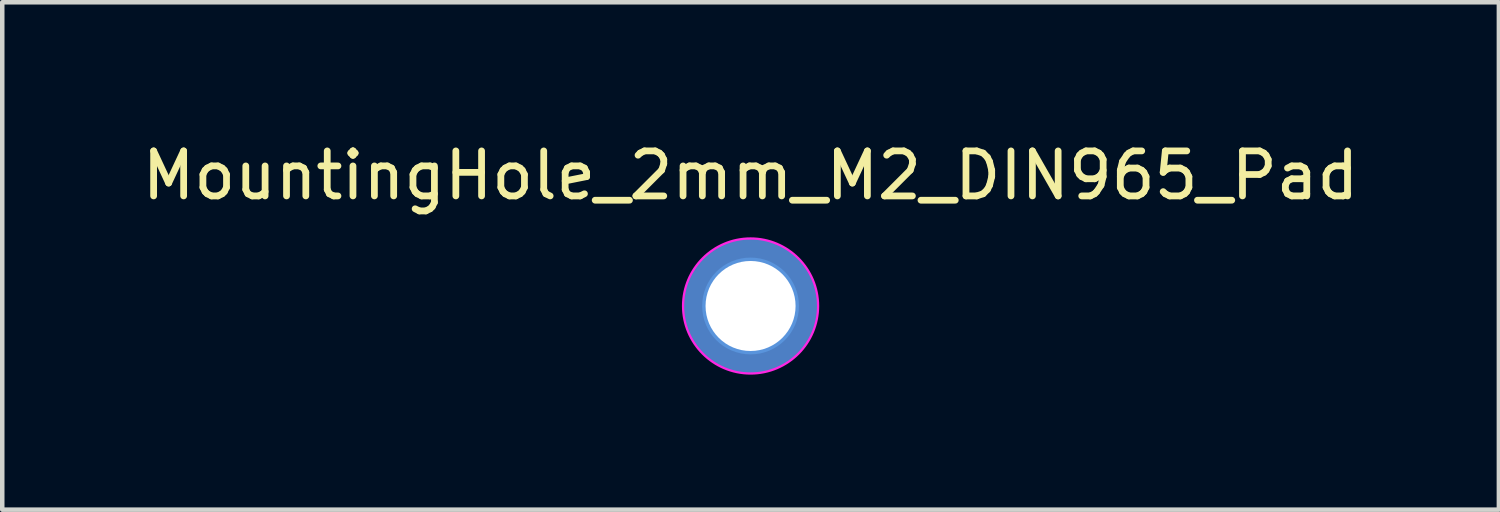
<source format=kicad_pcb>
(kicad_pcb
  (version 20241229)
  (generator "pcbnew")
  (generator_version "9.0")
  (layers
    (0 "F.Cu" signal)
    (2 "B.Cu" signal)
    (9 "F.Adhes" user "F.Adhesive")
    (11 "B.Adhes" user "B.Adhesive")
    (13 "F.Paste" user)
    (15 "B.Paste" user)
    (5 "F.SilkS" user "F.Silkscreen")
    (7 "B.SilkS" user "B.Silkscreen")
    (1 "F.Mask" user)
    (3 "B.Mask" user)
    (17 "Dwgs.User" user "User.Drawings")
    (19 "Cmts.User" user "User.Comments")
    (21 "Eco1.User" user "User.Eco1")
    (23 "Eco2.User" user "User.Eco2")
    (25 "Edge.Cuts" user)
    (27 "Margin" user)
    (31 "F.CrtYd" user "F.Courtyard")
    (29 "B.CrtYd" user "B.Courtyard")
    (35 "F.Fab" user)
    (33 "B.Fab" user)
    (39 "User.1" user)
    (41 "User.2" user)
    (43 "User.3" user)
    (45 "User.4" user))
  (footprint "MountingHole_2mm_M2_DIN965_Pad"
    (layer "F.Cu")
    (at 13.625 3.748)
    (property "Reference" "MountingHole_2mm_M2_DIN965_Pad" (at 0 -2.9 0) (layer "F.SilkS") (effects (font (size 1 1) (thickness 0.15))))
    (attr exclude_from_pos_files exclude_from_bom)
    (fp_circle (center 0 0) (end 1 0) (stroke (width 0.15) (type solid)) (fill no) (layer "Cmts.User"))
    (fp_circle (center 0 0) (end 1.5 0) (stroke (width 0.05) (type solid)) (fill no) (layer "F.CrtYd"))
    (pad "1" thru_hole circle (at 0 0) (size 3 3) (drill 2) (layers "*.Cu" "*.Mask")))
  (gr_rect
    (start -3 -3)
    (end 30.25 8.273)
    (stroke (width 0.1) (type default))
    (fill no)
    (layer "Edge.Cuts")))
</source>
